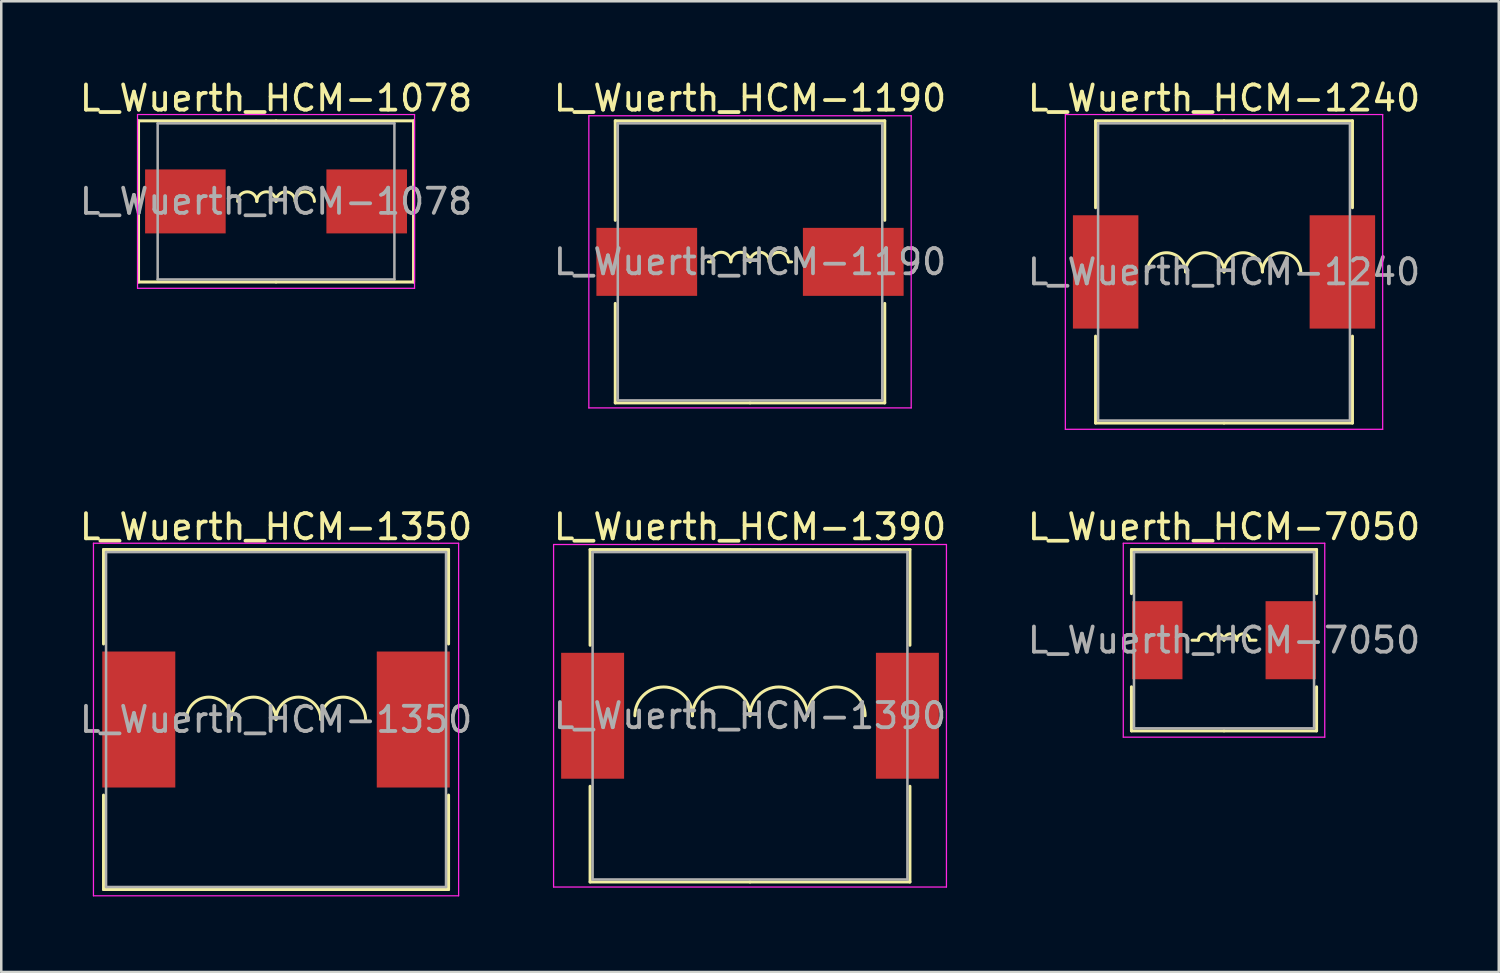
<source format=kicad_pcb>
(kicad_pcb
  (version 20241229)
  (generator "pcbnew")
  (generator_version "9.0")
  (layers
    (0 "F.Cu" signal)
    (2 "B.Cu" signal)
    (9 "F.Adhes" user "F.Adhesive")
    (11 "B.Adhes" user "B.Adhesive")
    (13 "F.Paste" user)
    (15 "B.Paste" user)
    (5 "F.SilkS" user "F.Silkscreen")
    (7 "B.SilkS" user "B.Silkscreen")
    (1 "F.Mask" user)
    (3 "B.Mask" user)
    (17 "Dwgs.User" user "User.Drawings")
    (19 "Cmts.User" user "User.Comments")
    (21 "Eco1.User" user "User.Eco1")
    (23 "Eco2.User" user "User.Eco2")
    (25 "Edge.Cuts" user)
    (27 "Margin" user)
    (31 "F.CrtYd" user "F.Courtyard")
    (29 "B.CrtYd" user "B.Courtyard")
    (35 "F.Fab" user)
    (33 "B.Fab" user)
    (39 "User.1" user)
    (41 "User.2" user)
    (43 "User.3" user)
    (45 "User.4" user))
  (footprint "L_Wuerth_HCM-1240"
    (layer "F.Cu")
    (at 45.554 7.748)
    (property "Reference" "L_Wuerth_HCM-1240" (at 0 -6.9 0) (layer "F.SilkS") (effects (font (size 1 1) (thickness 0.15))))
    (attr smd)
    (fp_line (start -5.1 -6) (end 0 -6) (stroke (width 0.12) (type solid)) (layer "F.SilkS"))
    (fp_line (start -5.1 -2.55) (end -5.1 -6) (stroke (width 0.12) (type solid)) (layer "F.SilkS"))
    (fp_line (start -5.1 2.55) (end -5.1 6) (stroke (width 0.12) (type solid)) (layer "F.SilkS"))
    (fp_line (start -5.1 6) (end 0 6) (stroke (width 0.12) (type solid)) (layer "F.SilkS"))
    (fp_line (start 5.1 -6) (end 0 -6) (stroke (width 0.12) (type solid)) (layer "F.SilkS"))
    (fp_line (start 5.1 -2.55) (end 5.1 -6) (stroke (width 0.12) (type solid)) (layer "F.SilkS"))
    (fp_line (start 5.1 2.55) (end 5.1 6) (stroke (width 0.12) (type solid)) (layer "F.SilkS"))
    (fp_line (start 5.1 6) (end 0 6) (stroke (width 0.12) (type solid)) (layer "F.SilkS"))
    (fp_arc (start -3.048 0) (mid -2.286 -0.762) (end -1.524 0) (stroke (width 0.12) (type solid)) (layer "F.SilkS"))
    (fp_arc (start -1.524 0) (mid -0.762 -0.762) (end 0 0) (stroke (width 0.12) (type solid)) (layer "F.SilkS"))
    (fp_arc (start 0 0) (mid 0.762 -0.762) (end 1.524 0) (stroke (width 0.12) (type solid)) (layer "F.SilkS"))
    (fp_arc (start 1.524 0) (mid 2.286 -0.762) (end 3.048 0) (stroke (width 0.12) (type solid)) (layer "F.SilkS"))
    (fp_line (start -6.3 -6.25) (end -6.3 6.25) (stroke (width 0.05) (type solid)) (layer "F.CrtYd"))
    (fp_line (start -6.3 6.25) (end 6.3 6.25) (stroke (width 0.05) (type solid)) (layer "F.CrtYd"))
    (fp_line (start 6.3 -6.25) (end -6.3 -6.25) (stroke (width 0.05) (type solid)) (layer "F.CrtYd"))
    (fp_line (start 6.3 6.25) (end 6.3 -6.25) (stroke (width 0.05) (type solid)) (layer "F.CrtYd"))
    (fp_line (start -5 -5.9) (end -5 5.9) (stroke (width 0.1) (type solid)) (layer "F.Fab"))
    (fp_line (start -5 5.9) (end 5 5.9) (stroke (width 0.1) (type solid)) (layer "F.Fab"))
    (fp_line (start 5 -5.9) (end -5 -5.9) (stroke (width 0.1) (type solid)) (layer "F.Fab"))
    (fp_line (start 5 5.9) (end 5 -5.9) (stroke (width 0.1) (type solid)) (layer "F.Fab"))
    (fp_text user "${REFERENCE}" (at 0 0 0) (layer "F.Fab") (effects (font (size 1 1) (thickness 0.15))))
    (pad "1" smd rect (at -4.7 0) (size 2.6 4.5) (layers "F.Cu" "F.Mask" "F.Paste"))
    (pad "2" smd rect (at 4.7 0) (size 2.6 4.5) (layers "F.Cu" "F.Mask" "F.Paste")))
  (footprint "L_Wuerth_HCM-1078"
    (layer "F.Cu")
    (at 7.911 4.948)
    (property "Reference" "L_Wuerth_HCM-1078" (at 0 -4.1 0) (layer "F.SilkS") (effects (font (size 1 1) (thickness 0.15))))
    (attr smd)
    (fp_line (start -5.461 -3.2) (end -5.461 3.2) (stroke (width 0.12) (type solid)) (layer "F.SilkS"))
    (fp_line (start -5.461 -3.2) (end 0 -3.2) (stroke (width 0.12) (type solid)) (layer "F.SilkS"))
    (fp_line (start -5.461 3.2) (end 0 3.2) (stroke (width 0.12) (type solid)) (layer "F.SilkS"))
    (fp_line (start 5.461 -3.2) (end 0 -3.2) (stroke (width 0.12) (type solid)) (layer "F.SilkS"))
    (fp_line (start 5.461 3.2) (end 0 3.2) (stroke (width 0.12) (type solid)) (layer "F.SilkS"))
    (fp_line (start 5.461 3.2) (end 5.461 -3.2) (stroke (width 0.12) (type solid)) (layer "F.SilkS"))
    (fp_arc (start -1.524 0) (mid -1.143 -0.381) (end -0.762 0) (stroke (width 0.12) (type solid)) (layer "F.SilkS"))
    (fp_arc (start -0.762 0) (mid -0.381 -0.381) (end 0 0) (stroke (width 0.12) (type solid)) (layer "F.SilkS"))
    (fp_arc (start 0 0) (mid 0.381 -0.381) (end 0.762 0) (stroke (width 0.12) (type solid)) (layer "F.SilkS"))
    (fp_arc (start 0.762 0) (mid 1.143 -0.381) (end 1.524 0) (stroke (width 0.12) (type solid)) (layer "F.SilkS"))
    (fp_line (start -5.5 -3.45) (end -5.5 3.45) (stroke (width 0.05) (type solid)) (layer "F.CrtYd"))
    (fp_line (start -5.5 3.45) (end 5.5 3.45) (stroke (width 0.05) (type solid)) (layer "F.CrtYd"))
    (fp_line (start 5.5 -3.45) (end -5.5 -3.45) (stroke (width 0.05) (type solid)) (layer "F.CrtYd"))
    (fp_line (start 5.5 3.45) (end 5.5 -3.45) (stroke (width 0.05) (type solid)) (layer "F.CrtYd"))
    (fp_line (start -4.7 -3.1) (end -4.7 3.1) (stroke (width 0.1) (type solid)) (layer "F.Fab"))
    (fp_line (start -4.7 3.1) (end 4.7 3.1) (stroke (width 0.1) (type solid)) (layer "F.Fab"))
    (fp_line (start 4.7 -3.1) (end -4.7 -3.1) (stroke (width 0.1) (type solid)) (layer "F.Fab"))
    (fp_line (start 4.7 3.1) (end 4.7 -3.1) (stroke (width 0.1) (type solid)) (layer "F.Fab"))
    (fp_text user "${REFERENCE}" (at 0 0 0) (layer "F.Fab") (effects (font (size 1 1) (thickness 0.15))))
    (pad "1" smd rect (at -3.6 0) (size 3.2 2.54) (layers "F.Cu" "F.Mask" "F.Paste"))
    (pad "2" smd rect (at 3.6 0) (size 3.2 2.54) (layers "F.Cu" "F.Mask" "F.Paste")))
  (footprint "L_Wuerth_HCM-1390"
    (layer "F.Cu")
    (at 26.732 25.372)
    (property "Reference" "L_Wuerth_HCM-1390" (at 0 -7.5 0) (layer "F.SilkS") (effects (font (size 1 1) (thickness 0.15))))
    (attr smd)
    (fp_line (start -6.35 -6.6) (end 0 -6.6) (stroke (width 0.12) (type solid)) (layer "F.SilkS"))
    (fp_line (start -6.35 -2.8) (end -6.35 -6.6) (stroke (width 0.12) (type solid)) (layer "F.SilkS"))
    (fp_line (start -6.35 2.8) (end -6.35 6.6) (stroke (width 0.12) (type solid)) (layer "F.SilkS"))
    (fp_line (start -6.35 6.6) (end 0 6.6) (stroke (width 0.12) (type solid)) (layer "F.SilkS"))
    (fp_line (start 6.35 -6.6) (end 0 -6.6) (stroke (width 0.12) (type solid)) (layer "F.SilkS"))
    (fp_line (start 6.35 -2.8) (end 6.35 -6.6) (stroke (width 0.12) (type solid)) (layer "F.SilkS"))
    (fp_line (start 6.35 2.8) (end 6.35 6.6) (stroke (width 0.12) (type solid)) (layer "F.SilkS"))
    (fp_line (start 6.35 6.6) (end 0 6.6) (stroke (width 0.12) (type solid)) (layer "F.SilkS"))
    (fp_arc (start -4.572 0) (mid -3.429 -1.143) (end -2.286 0) (stroke (width 0.12) (type solid)) (layer "F.SilkS"))
    (fp_arc (start -2.286 0) (mid -1.143 -1.143) (end 0 0) (stroke (width 0.12) (type solid)) (layer "F.SilkS"))
    (fp_arc (start 0 0) (mid 1.143 -1.143) (end 2.286 0) (stroke (width 0.12) (type solid)) (layer "F.SilkS"))
    (fp_arc (start 2.286 0) (mid 3.429 -1.143) (end 4.572 0) (stroke (width 0.12) (type solid)) (layer "F.SilkS"))
    (fp_line (start -7.8 -6.8) (end -7.8 6.8) (stroke (width 0.05) (type solid)) (layer "F.CrtYd"))
    (fp_line (start -7.8 6.8) (end 7.8 6.8) (stroke (width 0.05) (type solid)) (layer "F.CrtYd"))
    (fp_line (start 7.8 -6.8) (end -7.8 -6.8) (stroke (width 0.05) (type solid)) (layer "F.CrtYd"))
    (fp_line (start 7.8 6.8) (end 7.8 -6.8) (stroke (width 0.05) (type solid)) (layer "F.CrtYd"))
    (fp_line (start -6.25 -6.5) (end -6.25 6.5) (stroke (width 0.1) (type solid)) (layer "F.Fab"))
    (fp_line (start -6.25 6.5) (end 6.25 6.5) (stroke (width 0.1) (type solid)) (layer "F.Fab"))
    (fp_line (start 6.25 -6.5) (end -6.25 -6.5) (stroke (width 0.1) (type solid)) (layer "F.Fab"))
    (fp_line (start 6.25 6.5) (end 6.25 -6.5) (stroke (width 0.1) (type solid)) (layer "F.Fab"))
    (fp_text user "${REFERENCE}" (at 0 0 0) (layer "F.Fab") (effects (font (size 1 1) (thickness 0.15))))
    (pad "1" smd rect (at -6.25 0) (size 2.5 5) (layers "F.Cu" "F.Mask" "F.Paste"))
    (pad "2" smd rect (at 6.25 0) (size 2.5 5) (layers "F.Cu" "F.Mask" "F.Paste")))
  (footprint "L_Wuerth_HCM-1350"
    (layer "F.Cu")
    (at 7.911 25.521)
    (property "Reference" "L_Wuerth_HCM-1350" (at 0 -7.65 0) (layer "F.SilkS") (effects (font (size 1 1) (thickness 0.15))))
    (attr smd)
    (fp_line (start -6.85 -6.75) (end 0 -6.75) (stroke (width 0.12) (type solid)) (layer "F.SilkS"))
    (fp_line (start -6.85 -3) (end -6.85 -6.75) (stroke (width 0.12) (type solid)) (layer "F.SilkS"))
    (fp_line (start -6.85 3) (end -6.85 6.75) (stroke (width 0.12) (type solid)) (layer "F.SilkS"))
    (fp_line (start -6.85 6.75) (end 0 6.75) (stroke (width 0.12) (type solid)) (layer "F.SilkS"))
    (fp_line (start 6.85 -6.75) (end 0 -6.75) (stroke (width 0.12) (type solid)) (layer "F.SilkS"))
    (fp_line (start 6.85 -3) (end 6.85 -6.75) (stroke (width 0.12) (type solid)) (layer "F.SilkS"))
    (fp_line (start 6.85 3) (end 6.85 6.75) (stroke (width 0.12) (type solid)) (layer "F.SilkS"))
    (fp_line (start 6.85 6.75) (end 0 6.75) (stroke (width 0.12) (type solid)) (layer "F.SilkS"))
    (fp_arc (start -3.556 0) (mid -2.667 -0.889) (end -1.778 0) (stroke (width 0.12) (type solid)) (layer "F.SilkS"))
    (fp_arc (start -1.778 0) (mid -0.889 -0.889) (end 0 0) (stroke (width 0.12) (type solid)) (layer "F.SilkS"))
    (fp_arc (start 0 0) (mid 0.889 -0.889) (end 1.778 0) (stroke (width 0.12) (type solid)) (layer "F.SilkS"))
    (fp_arc (start 1.778 0) (mid 2.667 -0.889) (end 3.556 0) (stroke (width 0.12) (type solid)) (layer "F.SilkS"))
    (fp_line (start -7.25 -7) (end -7.25 7) (stroke (width 0.05) (type solid)) (layer "F.CrtYd"))
    (fp_line (start -7.25 7) (end 7.25 7) (stroke (width 0.05) (type solid)) (layer "F.CrtYd"))
    (fp_line (start 7.25 -7) (end -7.25 -7) (stroke (width 0.05) (type solid)) (layer "F.CrtYd"))
    (fp_line (start 7.25 7) (end 7.25 -7) (stroke (width 0.05) (type solid)) (layer "F.CrtYd"))
    (fp_line (start -6.75 -6.65) (end -6.75 6.65) (stroke (width 0.1) (type solid)) (layer "F.Fab"))
    (fp_line (start -6.75 6.65) (end 6.75 6.65) (stroke (width 0.1) (type solid)) (layer "F.Fab"))
    (fp_line (start 6.75 -6.65) (end -6.75 -6.65) (stroke (width 0.1) (type solid)) (layer "F.Fab"))
    (fp_line (start 6.75 6.65) (end 6.75 -6.65) (stroke (width 0.1) (type solid)) (layer "F.Fab"))
    (fp_text user "${REFERENCE}" (at 0 0 0) (layer "F.Fab") (effects (font (size 1 1) (thickness 0.15))))
    (pad "1" smd rect (at -5.45 0) (size 2.9 5.4) (layers "F.Cu" "F.Mask" "F.Paste"))
    (pad "2" smd rect (at 5.45 0) (size 2.9 5.4) (layers "F.Cu" "F.Mask" "F.Paste")))
  (footprint "L_Wuerth_HCM-7050"
    (layer "F.Cu")
    (at 45.554 22.372)
    (property "Reference" "L_Wuerth_HCM-7050" (at 0 -4.5 0) (layer "F.SilkS") (effects (font (size 1 1) (thickness 0.15))))
    (attr smd)
    (fp_line (start -3.675 -3.6) (end 0 -3.6) (stroke (width 0.12) (type solid)) (layer "F.SilkS"))
    (fp_line (start -3.675 -1.85) (end -3.675 -3.6) (stroke (width 0.12) (type solid)) (layer "F.SilkS"))
    (fp_line (start -3.675 1.85) (end -3.675 3.6) (stroke (width 0.12) (type solid)) (layer "F.SilkS"))
    (fp_line (start -3.675 3.6) (end 0 3.6) (stroke (width 0.12) (type solid)) (layer "F.SilkS"))
    (fp_line (start -1.016 0) (end -1.27 0) (stroke (width 0.12) (type solid)) (layer "F.SilkS"))
    (fp_line (start 1.016 0) (end 1.27 0) (stroke (width 0.12) (type solid)) (layer "F.SilkS"))
    (fp_line (start 3.675 -3.6) (end 0 -3.6) (stroke (width 0.12) (type solid)) (layer "F.SilkS"))
    (fp_line (start 3.675 -1.85) (end 3.675 -3.6) (stroke (width 0.12) (type solid)) (layer "F.SilkS"))
    (fp_line (start 3.675 1.85) (end 3.675 3.6) (stroke (width 0.12) (type solid)) (layer "F.SilkS"))
    (fp_line (start 3.675 3.6) (end 0 3.6) (stroke (width 0.12) (type solid)) (layer "F.SilkS"))
    (fp_arc (start -1.016 0) (mid -0.762 -0.254) (end -0.508 0) (stroke (width 0.12) (type solid)) (layer "F.SilkS"))
    (fp_arc (start -0.508 0) (mid -0.254 -0.254) (end 0 0) (stroke (width 0.12) (type solid)) (layer "F.SilkS"))
    (fp_arc (start 0 0) (mid 0.254 -0.254) (end 0.508 0) (stroke (width 0.12) (type solid)) (layer "F.SilkS"))
    (fp_arc (start 0.508 0) (mid 0.762 -0.254) (end 1.016 0) (stroke (width 0.12) (type solid)) (layer "F.SilkS"))
    (fp_line (start -4 -3.85) (end -4 3.85) (stroke (width 0.05) (type solid)) (layer "F.CrtYd"))
    (fp_line (start -4 3.85) (end 4 3.85) (stroke (width 0.05) (type solid)) (layer "F.CrtYd"))
    (fp_line (start 4 -3.85) (end -4 -3.85) (stroke (width 0.05) (type solid)) (layer "F.CrtYd"))
    (fp_line (start 4 3.85) (end 4 -3.85) (stroke (width 0.05) (type solid)) (layer "F.CrtYd"))
    (fp_line (start -3.575 -3.5) (end -3.575 3.5) (stroke (width 0.1) (type solid)) (layer "F.Fab"))
    (fp_line (start -3.575 3.5) (end 3.575 3.5) (stroke (width 0.1) (type solid)) (layer "F.Fab"))
    (fp_line (start 3.575 -3.5) (end -3.575 -3.5) (stroke (width 0.1) (type solid)) (layer "F.Fab"))
    (fp_line (start 3.575 3.5) (end 3.575 -3.5) (stroke (width 0.1) (type solid)) (layer "F.Fab"))
    (fp_text user "${REFERENCE}" (at 0 0 0) (layer "F.Fab") (effects (font (size 1 1) (thickness 0.15))))
    (pad "1" smd rect (at -2.65 0) (size 2 3.1) (layers "F.Cu" "F.Mask" "F.Paste"))
    (pad "2" smd rect (at 2.65 0) (size 2 3.1) (layers "F.Cu" "F.Mask" "F.Paste")))
  (footprint "L_Wuerth_HCM-1190"
    (layer "F.Cu")
    (at 26.732 7.348)
    (property "Reference" "L_Wuerth_HCM-1190" (at 0 -6.5 0) (layer "F.SilkS") (effects (font (size 1 1) (thickness 0.15))))
    (attr smd)
    (fp_line (start -5.35 -5.6) (end 0 -5.6) (stroke (width 0.12) (type solid)) (layer "F.SilkS"))
    (fp_line (start -5.35 -1.65) (end -5.35 -5.6) (stroke (width 0.12) (type solid)) (layer "F.SilkS"))
    (fp_line (start -5.35 1.65) (end -5.35 5.6) (stroke (width 0.12) (type solid)) (layer "F.SilkS"))
    (fp_line (start -5.35 5.6) (end 0 5.6) (stroke (width 0.12) (type solid)) (layer "F.SilkS"))
    (fp_line (start -1.524 0) (end -1.651 0) (stroke (width 0.12) (type solid)) (layer "F.SilkS"))
    (fp_line (start 1.524 0) (end 1.651 0) (stroke (width 0.12) (type solid)) (layer "F.SilkS"))
    (fp_line (start 5.35 -5.6) (end 0 -5.6) (stroke (width 0.12) (type solid)) (layer "F.SilkS"))
    (fp_line (start 5.35 -1.65) (end 5.35 -5.6) (stroke (width 0.12) (type solid)) (layer "F.SilkS"))
    (fp_line (start 5.35 1.65) (end 5.35 5.6) (stroke (width 0.12) (type solid)) (layer "F.SilkS"))
    (fp_line (start 5.35 5.6) (end 0 5.6) (stroke (width 0.12) (type solid)) (layer "F.SilkS"))
    (fp_arc (start -1.524 0) (mid -1.143 -0.381) (end -0.762 0) (stroke (width 0.12) (type solid)) (layer "F.SilkS"))
    (fp_arc (start -0.762 0) (mid -0.381 -0.381) (end 0 0) (stroke (width 0.12) (type solid)) (layer "F.SilkS"))
    (fp_arc (start 0 0) (mid 0.381 -0.381) (end 0.762 0) (stroke (width 0.12) (type solid)) (layer "F.SilkS"))
    (fp_arc (start 0.762 0) (mid 1.143 -0.381) (end 1.524 0) (stroke (width 0.12) (type solid)) (layer "F.SilkS"))
    (fp_line (start -6.4 -5.8) (end -6.4 5.8) (stroke (width 0.05) (type solid)) (layer "F.CrtYd"))
    (fp_line (start -6.4 5.8) (end 6.4 5.8) (stroke (width 0.05) (type solid)) (layer "F.CrtYd"))
    (fp_line (start 6.4 -5.8) (end -6.4 -5.8) (stroke (width 0.05) (type solid)) (layer "F.CrtYd"))
    (fp_line (start 6.4 5.8) (end 6.4 -5.8) (stroke (width 0.05) (type solid)) (layer "F.CrtYd"))
    (fp_line (start -5.25 -5.5) (end -5.25 5.5) (stroke (width 0.1) (type solid)) (layer "F.Fab"))
    (fp_line (start -5.25 5.5) (end 5.25 5.5) (stroke (width 0.1) (type solid)) (layer "F.Fab"))
    (fp_line (start 5.25 -5.5) (end -5.25 -5.5) (stroke (width 0.1) (type solid)) (layer "F.Fab"))
    (fp_line (start 5.25 5.5) (end 5.25 -5.5) (stroke (width 0.1) (type solid)) (layer "F.Fab"))
    (fp_text user "${REFERENCE}" (at 0 0 0) (layer "F.Fab") (effects (font (size 1 1) (thickness 0.15))))
    (pad "1" smd rect (at -4.1 0) (size 4 2.7) (layers "F.Cu" "F.Mask" "F.Paste"))
    (pad "2" smd rect (at 4.1 0) (size 4 2.7) (layers "F.Cu" "F.Mask" "F.Paste")))
  (gr_rect
    (start -3 -3)
    (end 56.464 35.547)
    (stroke (width 0.1) (type default))
    (fill no)
    (layer "Edge.Cuts")))
</source>
